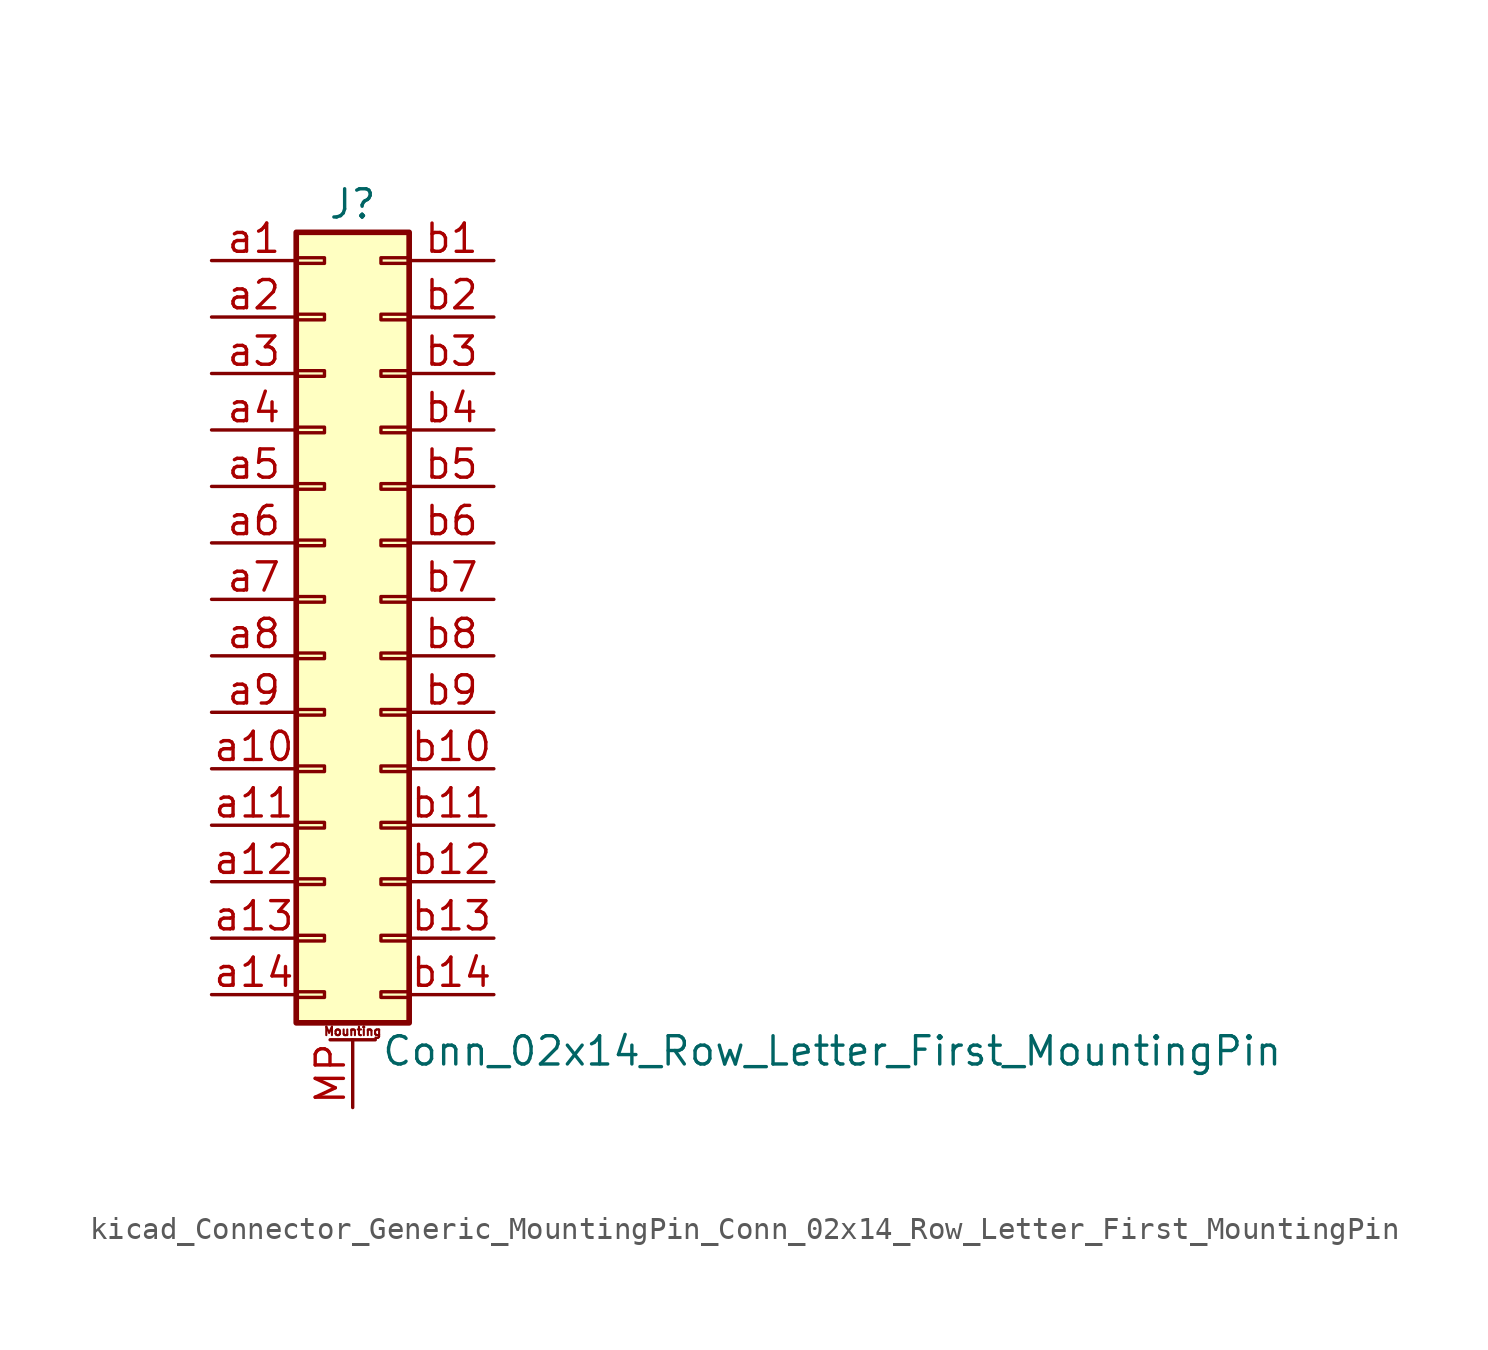
<source format=kicad_sym>
(kicad_symbol_lib
  (version 20220914)
  (generator kicad_symbol_editor)
  (symbol "kicad_Connector_Generic_MountingPin_Conn_02x14_Row_Letter_First_MountingPin"
    (pin_names
      (offset 1.016) hide)
    (property "Reference" "J"
      (at 1.27 17.78 0)
      (effects (font (size 1.27 1.27))))
    (property "Value" "Conn_02x14_Row_Letter_First_MountingPin"
      (at 2.54 -20.32 0)
      (effects (font (size 1.27 1.27)) (justify left)))
    (symbol "kicad_Connector_Generic_MountingPin_Conn_02x14_Row_Letter_First_MountingPin_1_1"
      (rectangle (start -1.27 -17.653) (end 0 -17.907) (stroke (width 0.152) (type default)) (fill (type none)))
      (rectangle (start -1.27 -15.113) (end 0 -15.367) (stroke (width 0.152) (type default)) (fill (type none)))
      (rectangle (start -1.27 -12.573) (end 0 -12.827) (stroke (width 0.152) (type default)) (fill (type none)))
      (rectangle (start -1.27 -10.033) (end 0 -10.287) (stroke (width 0.152) (type default)) (fill (type none)))
      (rectangle (start -1.27 -7.493) (end 0 -7.747) (stroke (width 0.152) (type default)) (fill (type none)))
      (rectangle (start -1.27 -4.953) (end 0 -5.207) (stroke (width 0.152) (type default)) (fill (type none)))
      (rectangle (start -1.27 -2.413) (end 0 -2.667) (stroke (width 0.152) (type default)) (fill (type none)))
      (rectangle (start -1.27 0.127) (end 0 -0.127) (stroke (width 0.152) (type default)) (fill (type none)))
      (rectangle (start -1.27 2.667) (end 0 2.413) (stroke (width 0.152) (type default)) (fill (type none)))
      (rectangle (start -1.27 5.207) (end 0 4.953) (stroke (width 0.152) (type default)) (fill (type none)))
      (rectangle (start -1.27 7.747) (end 0 7.493) (stroke (width 0.152) (type default)) (fill (type none)))
      (rectangle (start -1.27 10.287) (end 0 10.033) (stroke (width 0.152) (type default)) (fill (type none)))
      (rectangle (start -1.27 12.827) (end 0 12.573) (stroke (width 0.152) (type default)) (fill (type none)))
      (rectangle (start -1.27 15.367) (end 0 15.113) (stroke (width 0.152) (type default)) (fill (type none)))
      (rectangle (start -1.27 16.51) (end 3.81 -19.05) (stroke (width 0.254) (type default)) (fill (type background)))
      (polyline (pts (xy 0.254 -19.812) (xy 2.286 -19.812)) (stroke (width 0.152) (type default)) (fill (type none)))
      (rectangle (start 3.81 -17.653) (end 2.54 -17.907) (stroke (width 0.152) (type default)) (fill (type none)))
      (rectangle (start 3.81 -15.113) (end 2.54 -15.367) (stroke (width 0.152) (type default)) (fill (type none)))
      (rectangle (start 3.81 -12.573) (end 2.54 -12.827) (stroke (width 0.152) (type default)) (fill (type none)))
      (rectangle (start 3.81 -10.033) (end 2.54 -10.287) (stroke (width 0.152) (type default)) (fill (type none)))
      (rectangle (start 3.81 -7.493) (end 2.54 -7.747) (stroke (width 0.152) (type default)) (fill (type none)))
      (rectangle (start 3.81 -4.953) (end 2.54 -5.207) (stroke (width 0.152) (type default)) (fill (type none)))
      (rectangle (start 3.81 -2.413) (end 2.54 -2.667) (stroke (width 0.152) (type default)) (fill (type none)))
      (rectangle (start 3.81 0.127) (end 2.54 -0.127) (stroke (width 0.152) (type default)) (fill (type none)))
      (rectangle (start 3.81 2.667) (end 2.54 2.413) (stroke (width 0.152) (type default)) (fill (type none)))
      (rectangle (start 3.81 5.207) (end 2.54 4.953) (stroke (width 0.152) (type default)) (fill (type none)))
      (rectangle (start 3.81 7.747) (end 2.54 7.493) (stroke (width 0.152) (type default)) (fill (type none)))
      (rectangle (start 3.81 10.287) (end 2.54 10.033) (stroke (width 0.152) (type default)) (fill (type none)))
      (rectangle (start 3.81 12.827) (end 2.54 12.573) (stroke (width 0.152) (type default)) (fill (type none)))
      (rectangle (start 3.81 15.367) (end 2.54 15.113) (stroke (width 0.152) (type default)) (fill (type none)))
      (text "Mounting" (at 1.27 -19.431 0) (effects (font (size 0.381 0.381))))
      (pin passive line (at 1.27 -22.86 90) (length 3.048) (name "MountPin" (effects (font (size 1.27 1.27)))) (number "MP" (effects (font (size 1.27 1.27)))))
      (pin passive line (at -5.08 15.24 0) (length 3.81) (name "Pin_a1" (effects (font (size 1.27 1.27)))) (number "a1" (effects (font (size 1.27 1.27)))))
      (pin passive line (at -5.08 -7.62 0) (length 3.81) (name "Pin_a10" (effects (font (size 1.27 1.27)))) (number "a10" (effects (font (size 1.27 1.27)))))
      (pin passive line (at -5.08 -10.16 0) (length 3.81) (name "Pin_a11" (effects (font (size 1.27 1.27)))) (number "a11" (effects (font (size 1.27 1.27)))))
      (pin passive line (at -5.08 -12.7 0) (length 3.81) (name "Pin_a12" (effects (font (size 1.27 1.27)))) (number "a12" (effects (font (size 1.27 1.27)))))
      (pin passive line (at -5.08 -15.24 0) (length 3.81) (name "Pin_a13" (effects (font (size 1.27 1.27)))) (number "a13" (effects (font (size 1.27 1.27)))))
      (pin passive line (at -5.08 -17.78 0) (length 3.81) (name "Pin_a14" (effects (font (size 1.27 1.27)))) (number "a14" (effects (font (size 1.27 1.27)))))
      (pin passive line (at -5.08 12.7 0) (length 3.81) (name "Pin_a2" (effects (font (size 1.27 1.27)))) (number "a2" (effects (font (size 1.27 1.27)))))
      (pin passive line (at -5.08 10.16 0) (length 3.81) (name "Pin_a3" (effects (font (size 1.27 1.27)))) (number "a3" (effects (font (size 1.27 1.27)))))
      (pin passive line (at -5.08 7.62 0) (length 3.81) (name "Pin_a4" (effects (font (size 1.27 1.27)))) (number "a4" (effects (font (size 1.27 1.27)))))
      (pin passive line (at -5.08 5.08 0) (length 3.81) (name "Pin_a5" (effects (font (size 1.27 1.27)))) (number "a5" (effects (font (size 1.27 1.27)))))
      (pin passive line (at -5.08 2.54 0) (length 3.81) (name "Pin_a6" (effects (font (size 1.27 1.27)))) (number "a6" (effects (font (size 1.27 1.27)))))
      (pin passive line (at -5.08 0 0) (length 3.81) (name "Pin_a7" (effects (font (size 1.27 1.27)))) (number "a7" (effects (font (size 1.27 1.27)))))
      (pin passive line (at -5.08 -2.54 0) (length 3.81) (name "Pin_a8" (effects (font (size 1.27 1.27)))) (number "a8" (effects (font (size 1.27 1.27)))))
      (pin passive line (at -5.08 -5.08 0) (length 3.81) (name "Pin_a9" (effects (font (size 1.27 1.27)))) (number "a9" (effects (font (size 1.27 1.27)))))
      (pin passive line (at 7.62 15.24 180) (length 3.81) (name "Pin_b1" (effects (font (size 1.27 1.27)))) (number "b1" (effects (font (size 1.27 1.27)))))
      (pin passive line (at 7.62 -7.62 180) (length 3.81) (name "Pin_b10" (effects (font (size 1.27 1.27)))) (number "b10" (effects (font (size 1.27 1.27)))))
      (pin passive line (at 7.62 -10.16 180) (length 3.81) (name "Pin_b11" (effects (font (size 1.27 1.27)))) (number "b11" (effects (font (size 1.27 1.27)))))
      (pin passive line (at 7.62 -12.7 180) (length 3.81) (name "Pin_b12" (effects (font (size 1.27 1.27)))) (number "b12" (effects (font (size 1.27 1.27)))))
      (pin passive line (at 7.62 -15.24 180) (length 3.81) (name "Pin_b13" (effects (font (size 1.27 1.27)))) (number "b13" (effects (font (size 1.27 1.27)))))
      (pin passive line (at 7.62 -17.78 180) (length 3.81) (name "Pin_b14" (effects (font (size 1.27 1.27)))) (number "b14" (effects (font (size 1.27 1.27)))))
      (pin passive line (at 7.62 12.7 180) (length 3.81) (name "Pin_b2" (effects (font (size 1.27 1.27)))) (number "b2" (effects (font (size 1.27 1.27)))))
      (pin passive line (at 7.62 10.16 180) (length 3.81) (name "Pin_b3" (effects (font (size 1.27 1.27)))) (number "b3" (effects (font (size 1.27 1.27)))))
      (pin passive line (at 7.62 7.62 180) (length 3.81) (name "Pin_b4" (effects (font (size 1.27 1.27)))) (number "b4" (effects (font (size 1.27 1.27)))))
      (pin passive line (at 7.62 5.08 180) (length 3.81) (name "Pin_b5" (effects (font (size 1.27 1.27)))) (number "b5" (effects (font (size 1.27 1.27)))))
      (pin passive line (at 7.62 2.54 180) (length 3.81) (name "Pin_b6" (effects (font (size 1.27 1.27)))) (number "b6" (effects (font (size 1.27 1.27)))))
      (pin passive line (at 7.62 0 180) (length 3.81) (name "Pin_b7" (effects (font (size 1.27 1.27)))) (number "b7" (effects (font (size 1.27 1.27)))))
      (pin passive line (at 7.62 -2.54 180) (length 3.81) (name "Pin_b8" (effects (font (size 1.27 1.27)))) (number "b8" (effects (font (size 1.27 1.27)))))
      (pin passive line (at 7.62 -5.08 180) (length 3.81) (name "Pin_b9" (effects (font (size 1.27 1.27)))) (number "b9" (effects (font (size 1.27 1.27))))))))
</source>
